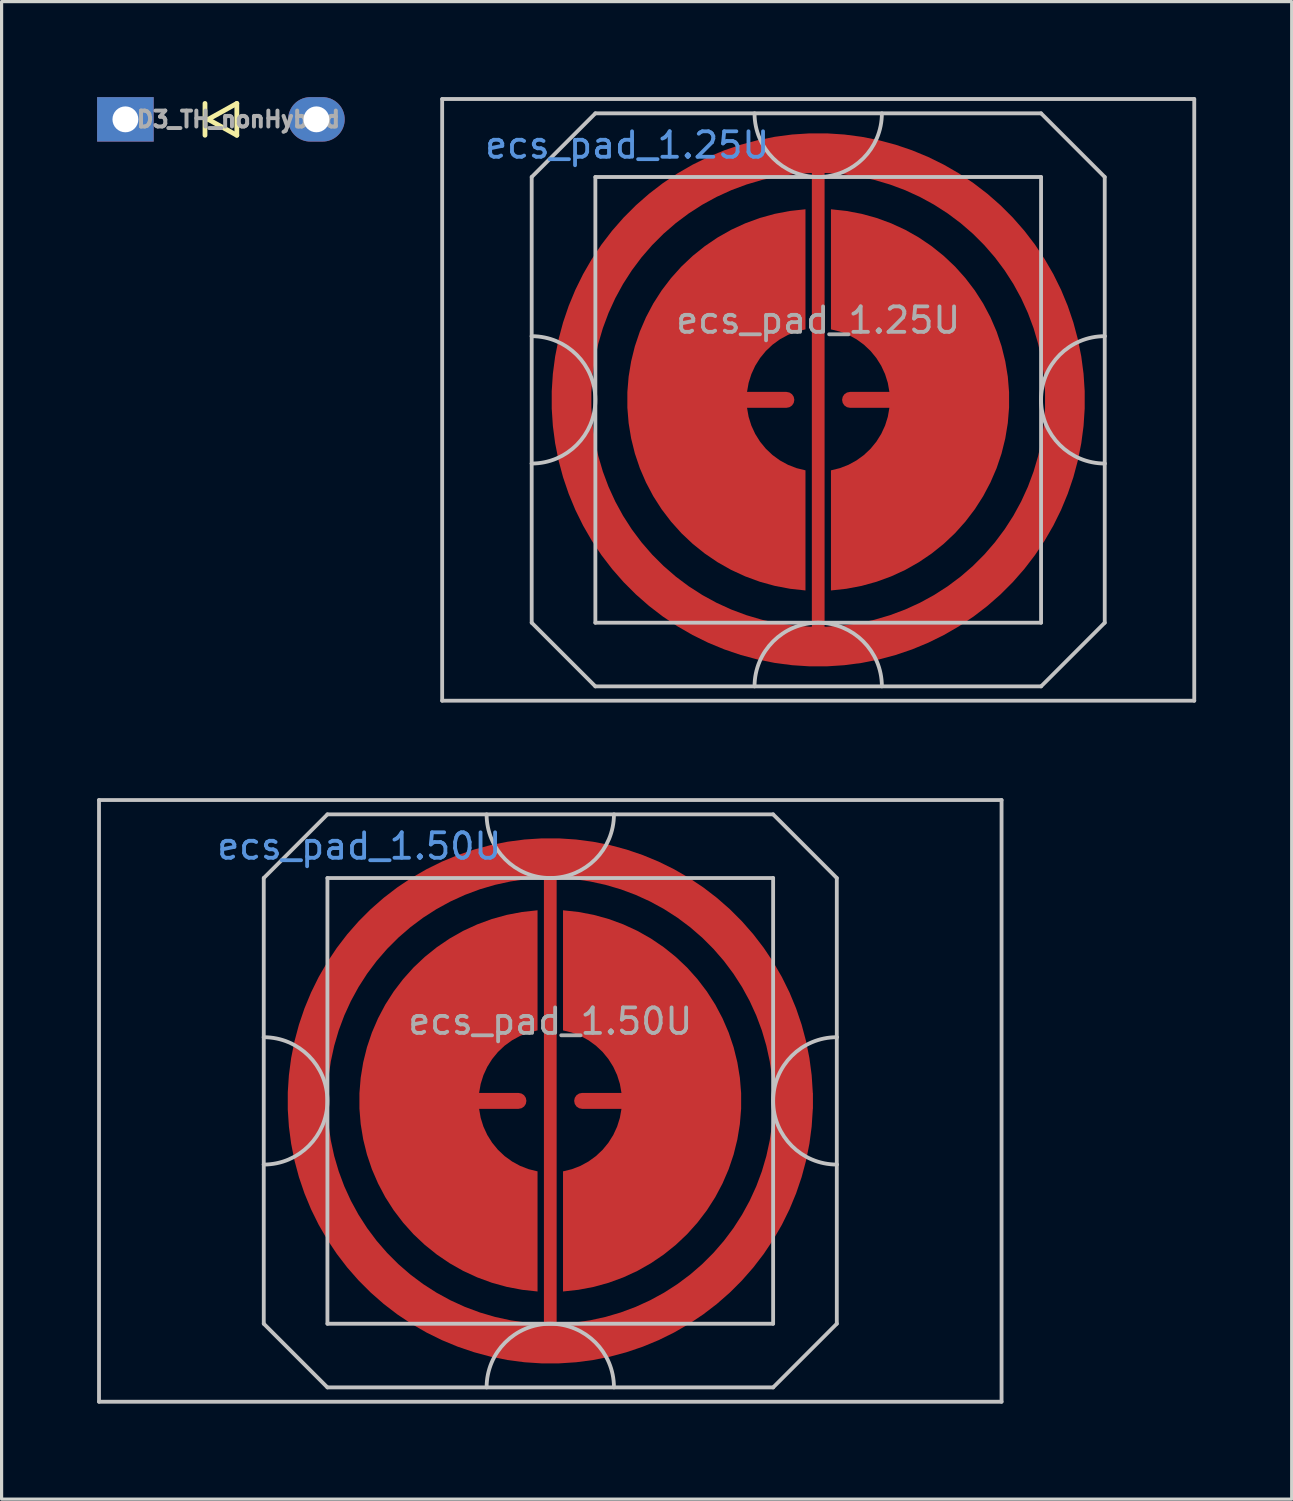
<source format=kicad_pcb>
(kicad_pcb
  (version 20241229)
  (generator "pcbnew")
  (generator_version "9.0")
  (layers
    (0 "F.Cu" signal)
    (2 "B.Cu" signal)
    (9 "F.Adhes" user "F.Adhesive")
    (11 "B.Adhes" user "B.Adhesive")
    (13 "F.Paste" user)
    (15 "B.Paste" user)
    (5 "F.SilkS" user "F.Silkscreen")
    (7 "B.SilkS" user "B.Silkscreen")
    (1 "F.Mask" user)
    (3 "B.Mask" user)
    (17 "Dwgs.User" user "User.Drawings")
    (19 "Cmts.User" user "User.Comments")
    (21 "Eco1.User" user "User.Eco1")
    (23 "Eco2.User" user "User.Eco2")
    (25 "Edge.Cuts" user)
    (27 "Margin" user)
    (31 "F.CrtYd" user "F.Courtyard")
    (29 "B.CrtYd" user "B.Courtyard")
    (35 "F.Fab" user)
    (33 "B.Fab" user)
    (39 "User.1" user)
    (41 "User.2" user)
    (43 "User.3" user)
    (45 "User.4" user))
  (footprint "ecs_pad_1.25U"
    (layer "F.Cu")
    (at 22.651 9.51)
    (property "Reference" "ecs_pad_1.25U" (at -6 -8 0) (layer "Cmts.User") (effects (font (size 0.8 0.8) (thickness 0.12))))
    (attr smd)
    (fp_line (start -11.812 -9.45) (end 11.812 -9.45) (stroke (width 0.12) (type solid)) (layer "Dwgs.User"))
    (fp_line (start -11.812 9.45) (end -11.812 -9.45) (stroke (width 0.12) (type solid)) (layer "Dwgs.User"))
    (fp_line (start -9 -7) (end -9 -2) (stroke (width 0.12) (type solid)) (layer "Dwgs.User"))
    (fp_line (start -9 -2) (end -9 2) (stroke (width 0.12) (type solid)) (layer "Dwgs.User"))
    (fp_line (start -9 2) (end -9 7) (stroke (width 0.12) (type solid)) (layer "Dwgs.User"))
    (fp_line (start -9 7) (end -7 9) (stroke (width 0.12) (type solid)) (layer "Dwgs.User"))
    (fp_line (start -7 -9) (end -9 -7) (stroke (width 0.12) (type solid)) (layer "Dwgs.User"))
    (fp_line (start -7 -7) (end -7 7) (stroke (width 0.12) (type solid)) (layer "Dwgs.User"))
    (fp_line (start -7 7) (end 7 7) (stroke (width 0.12) (type solid)) (layer "Dwgs.User"))
    (fp_line (start -7 9) (end 7 9) (stroke (width 0.12) (type solid)) (layer "Dwgs.User"))
    (fp_line (start 7 -9) (end -7 -9) (stroke (width 0.12) (type solid)) (layer "Dwgs.User"))
    (fp_line (start 7 -9) (end 9 -7) (stroke (width 0.12) (type solid)) (layer "Dwgs.User"))
    (fp_line (start 7 -7) (end -7 -7) (stroke (width 0.12) (type solid)) (layer "Dwgs.User"))
    (fp_line (start 7 7) (end 7 -7) (stroke (width 0.12) (type solid)) (layer "Dwgs.User"))
    (fp_line (start 7 9) (end 9 7) (stroke (width 0.12) (type solid)) (layer "Dwgs.User"))
    (fp_line (start 9 -2) (end 9 -7) (stroke (width 0.12) (type solid)) (layer "Dwgs.User"))
    (fp_line (start 9 -2) (end 9 2) (stroke (width 0.12) (type solid)) (layer "Dwgs.User"))
    (fp_line (start 9 7) (end 9 2) (stroke (width 0.12) (type solid)) (layer "Dwgs.User"))
    (fp_line (start 11.812 -9.45) (end 11.812 9.45) (stroke (width 0.12) (type solid)) (layer "Dwgs.User"))
    (fp_line (start 11.812 9.45) (end -11.812 9.45) (stroke (width 0.12) (type solid)) (layer "Dwgs.User"))
    (fp_arc (start -9 -2) (mid -7 0) (end -9 2) (stroke (width 0.12) (type solid)) (layer "Dwgs.User"))
    (fp_arc (start -2 9) (mid 0 7) (end 2 9) (stroke (width 0.12) (type solid)) (layer "Dwgs.User"))
    (fp_arc (start 2 -9) (mid 0 -7) (end -2 -9) (stroke (width 0.12) (type solid)) (layer "Dwgs.User"))
    (fp_arc (start 9 2) (mid 7 0) (end 9 -2) (stroke (width 0.12) (type solid)) (layer "Dwgs.User"))
    (fp_circle (center 0 0) (end 6.553 0) (stroke (width 0.12) (type solid)) (fill no) (layer "User.3"))
    (fp_text user "${REFERENCE}" (at 0 -2.5 0) (layer "F.Fab") (effects (font (size 0.8 0.8) (thickness 0.12))))
    (pad "1" smd custom (at -1 0) (size 0.4 0.4) (layers "F.Cu") (options (anchor circle)) (primitives (gr_poly (pts (xy 0.6 -2.214) (xy 0.32 -2.145) (xy 0.052 -2.041) (xy -0.201 -1.903) (xy -0.434 -1.734) (xy -0.644 -1.536) (xy -0.826 -1.314) (xy -0.979 -1.07) (xy -1.1 -0.808) (xy -1.186 -0.534) (xy -1.236 -0.25) (xy 0 -0.25) (xy 0.096 -0.231) (xy 0.177 -0.177) (xy 0.231 -0.096) (xy 0.25 0) (xy 0.231 0.096) (xy 0.177 0.177) (xy 0.096 0.231) (xy 0 0.25) (xy -1.236 0.25) (xy -1.186 0.534) (xy -1.1 0.808) (xy -0.979 1.07) (xy -0.826 1.314) (xy -0.644 1.536) (xy -0.434 1.734) (xy -0.201 1.903) (xy 0.052 2.041) (xy 0.32 2.145) (xy 0.6 2.214) (xy 0.6 5.987) (xy 0.115 5.934) (xy -0.364 5.843) (xy -0.834 5.713) (xy -1.292 5.545) (xy -1.735 5.341) (xy -2.159 5.101) (xy -2.563 4.827) (xy -2.943 4.522) (xy -3.298 4.187) (xy -3.623 3.824) (xy -3.919 3.436) (xy -4.182 3.025) (xy -4.41 2.594) (xy -4.603 2.147) (xy -4.759 1.684) (xy -4.876 1.211) (xy -4.955 0.73) (xy -4.995 0.244) (xy -4.995 -0.244) (xy -4.955 -0.73) (xy -4.876 -1.211) (xy -4.759 -1.684) (xy -4.603 -2.147) (xy -4.41 -2.594) (xy -4.182 -3.025) (xy -3.919 -3.436) (xy -3.623 -3.824) (xy -3.298 -4.187) (xy -2.943 -4.522) (xy -2.563 -4.827) (xy -2.159 -5.101) (xy -1.735 -5.341) (xy -1.292 -5.545) (xy -0.834 -5.713) (xy -0.364 -5.843) (xy 0.115 -5.934) (xy 0.6 -5.987)) (width 0) (fill yes))))
    (pad "2" smd custom (at 1 0 180) (size 0.4 0.4) (layers "F.Cu") (options (anchor circle)) (primitives (gr_poly (pts (xy 0.6 -2.214) (xy 0.32 -2.145) (xy 0.052 -2.041) (xy -0.201 -1.903) (xy -0.434 -1.734) (xy -0.644 -1.536) (xy -0.826 -1.314) (xy -0.979 -1.07) (xy -1.1 -0.808) (xy -1.186 -0.534) (xy -1.236 -0.25) (xy 0 -0.25) (xy 0.096 -0.231) (xy 0.177 -0.177) (xy 0.231 -0.096) (xy 0.25 0) (xy 0.231 0.096) (xy 0.177 0.177) (xy 0.096 0.231) (xy 0 0.25) (xy -1.236 0.25) (xy -1.186 0.534) (xy -1.1 0.808) (xy -0.979 1.07) (xy -0.826 1.314) (xy -0.644 1.536) (xy -0.434 1.734) (xy -0.201 1.903) (xy 0.052 2.041) (xy 0.32 2.145) (xy 0.6 2.214) (xy 0.6 5.987) (xy 0.115 5.934) (xy -0.364 5.843) (xy -0.834 5.713) (xy -1.292 5.545) (xy -1.735 5.341) (xy -2.159 5.101) (xy -2.563 4.827) (xy -2.943 4.522) (xy -3.298 4.187) (xy -3.623 3.824) (xy -3.919 3.436) (xy -4.182 3.025) (xy -4.41 2.594) (xy -4.603 2.147) (xy -4.759 1.684) (xy -4.876 1.211) (xy -4.955 0.73) (xy -4.995 0.244) (xy -4.995 -0.244) (xy -4.955 -0.73) (xy -4.876 -1.211) (xy -4.759 -1.684) (xy -4.603 -2.147) (xy -4.41 -2.594) (xy -4.182 -3.025) (xy -3.919 -3.436) (xy -3.623 -3.824) (xy -3.298 -4.187) (xy -2.943 -4.522) (xy -2.563 -4.827) (xy -2.159 -5.101) (xy -1.735 -5.341) (xy -1.292 -5.545) (xy -0.834 -5.713) (xy -0.364 -5.843) (xy 0.115 -5.934) (xy 0.6 -5.987)) (width 0) (fill yes))))
    (pad "3" smd custom (at 8 0) (size 0.5 0.5) (layers "F.Cu") (options (anchor rect)) (primitives (gr_circle (center -8 0) (end -0.25 0) (width 1.25) (fill no)) (gr_line (start -8 8) (end -8 -8) (width 0.4))))
    (zone (net_name "") (layer "B.Cu") (hatch edge 0.508) (connect_pads) (min_thickness 0.254) (filled_areas_thickness no) (keepout (tracks allowed) (vias allowed) (pads allowed) (copperpour not_allowed) (footprints allowed)) (placement (enabled no)) (fill) (polygon (pts (xy 29.209 9.51) (xy 29.189 8.995) (xy 29.128 8.484) (xy 29.028 7.979) (xy 28.888 7.483) (xy 28.71 7) (xy 28.494 6.533) (xy 28.242 6.083) (xy 27.956 5.655) (xy 27.637 5.251) (xy 27.288 4.873) (xy 26.91 4.523) (xy 26.505 4.204) (xy 26.077 3.918) (xy 25.628 3.667) (xy 25.16 3.451) (xy 24.677 3.273) (xy 24.181 3.133) (xy 23.676 3.032) (xy 23.165 2.972) (xy 22.651 2.952) (xy 22.136 2.972) (xy 21.625 3.032) (xy 21.12 3.133) (xy 20.624 3.273) (xy 20.141 3.451) (xy 19.673 3.667) (xy 19.224 3.918) (xy 18.796 4.204) (xy 18.391 4.523) (xy 18.013 4.873) (xy 17.664 5.251) (xy 17.345 5.655) (xy 17.059 6.083) (xy 16.807 6.533) (xy 16.591 7) (xy 16.413 7.483) (xy 16.273 7.979) (xy 16.173 8.484) (xy 16.112 8.995) (xy 16.092 9.51) (xy 16.112 10.025) (xy 16.173 10.536) (xy 16.273 11.041) (xy 16.413 11.537) (xy 16.591 12.02) (xy 16.807 12.487) (xy 17.059 12.937) (xy 17.345 13.365) (xy 17.664 13.769) (xy 18.013 14.147) (xy 18.391 14.497) (xy 18.796 14.816) (xy 19.224 15.102) (xy 19.673 15.353) (xy 20.141 15.569) (xy 20.624 15.747) (xy 21.12 15.887) (xy 21.625 15.988) (xy 22.136 16.048) (xy 22.651 16.068) (xy 23.165 16.048) (xy 23.676 15.988) (xy 24.181 15.887) (xy 24.677 15.747) (xy 25.16 15.569) (xy 25.628 15.353) (xy 26.077 15.102) (xy 26.505 14.816) (xy 26.91 14.497) (xy 27.288 14.147) (xy 27.637 13.769) (xy 27.956 13.365) (xy 28.242 12.937) (xy 28.494 12.487) (xy 28.71 12.02) (xy 28.888 11.537) (xy 29.028 11.041) (xy 29.128 10.536) (xy 29.189 10.025)))))
  (footprint "ecs_pad_1.50U"
    (layer "F.Cu")
    (at 14.235 31.53)
    (property "Reference" "ecs_pad_1.50U" (at -6 -8 0) (layer "Cmts.User") (effects (font (size 0.8 0.8) (thickness 0.12))))
    (attr smd)
    (fp_line (start -14.175 -9.45) (end 14.175 -9.45) (stroke (width 0.12) (type solid)) (layer "Dwgs.User"))
    (fp_line (start -14.175 9.45) (end -14.175 -9.45) (stroke (width 0.12) (type solid)) (layer "Dwgs.User"))
    (fp_line (start -9 -7) (end -9 -2) (stroke (width 0.12) (type solid)) (layer "Dwgs.User"))
    (fp_line (start -9 -2) (end -9 2) (stroke (width 0.12) (type solid)) (layer "Dwgs.User"))
    (fp_line (start -9 2) (end -9 7) (stroke (width 0.12) (type solid)) (layer "Dwgs.User"))
    (fp_line (start -9 7) (end -7 9) (stroke (width 0.12) (type solid)) (layer "Dwgs.User"))
    (fp_line (start -7 -9) (end -9 -7) (stroke (width 0.12) (type solid)) (layer "Dwgs.User"))
    (fp_line (start -7 -7) (end -7 7) (stroke (width 0.12) (type solid)) (layer "Dwgs.User"))
    (fp_line (start -7 7) (end 7 7) (stroke (width 0.12) (type solid)) (layer "Dwgs.User"))
    (fp_line (start -7 9) (end 7 9) (stroke (width 0.12) (type solid)) (layer "Dwgs.User"))
    (fp_line (start 7 -9) (end -7 -9) (stroke (width 0.12) (type solid)) (layer "Dwgs.User"))
    (fp_line (start 7 -9) (end 9 -7) (stroke (width 0.12) (type solid)) (layer "Dwgs.User"))
    (fp_line (start 7 -7) (end -7 -7) (stroke (width 0.12) (type solid)) (layer "Dwgs.User"))
    (fp_line (start 7 7) (end 7 -7) (stroke (width 0.12) (type solid)) (layer "Dwgs.User"))
    (fp_line (start 7 9) (end 9 7) (stroke (width 0.12) (type solid)) (layer "Dwgs.User"))
    (fp_line (start 9 -2) (end 9 -7) (stroke (width 0.12) (type solid)) (layer "Dwgs.User"))
    (fp_line (start 9 -2) (end 9 2) (stroke (width 0.12) (type solid)) (layer "Dwgs.User"))
    (fp_line (start 9 7) (end 9 2) (stroke (width 0.12) (type solid)) (layer "Dwgs.User"))
    (fp_line (start 14.175 -9.45) (end 14.175 9.45) (stroke (width 0.12) (type solid)) (layer "Dwgs.User"))
    (fp_line (start 14.175 9.45) (end -14.175 9.45) (stroke (width 0.12) (type solid)) (layer "Dwgs.User"))
    (fp_arc (start -9 -2) (mid -7 0) (end -9 2) (stroke (width 0.12) (type solid)) (layer "Dwgs.User"))
    (fp_arc (start -2 9) (mid 0 7) (end 2 9) (stroke (width 0.12) (type solid)) (layer "Dwgs.User"))
    (fp_arc (start 2 -9) (mid 0 -7) (end -2 -9) (stroke (width 0.12) (type solid)) (layer "Dwgs.User"))
    (fp_arc (start 9 2) (mid 7 0) (end 9 -2) (stroke (width 0.12) (type solid)) (layer "Dwgs.User"))
    (fp_circle (center 0 0) (end 6.553 0) (stroke (width 0.12) (type solid)) (fill no) (layer "User.3"))
    (fp_text user "${REFERENCE}" (at 0 -2.5 0) (layer "F.Fab") (effects (font (size 0.8 0.8) (thickness 0.12))))
    (pad "1" smd custom (at -1 0) (size 0.4 0.4) (layers "F.Cu") (options (anchor circle)) (primitives (gr_poly (pts (xy 0.6 -2.214) (xy 0.32 -2.145) (xy 0.052 -2.041) (xy -0.201 -1.903) (xy -0.434 -1.734) (xy -0.644 -1.536) (xy -0.826 -1.314) (xy -0.979 -1.07) (xy -1.1 -0.808) (xy -1.186 -0.534) (xy -1.236 -0.25) (xy 0 -0.25) (xy 0.096 -0.231) (xy 0.177 -0.177) (xy 0.231 -0.096) (xy 0.25 0) (xy 0.231 0.096) (xy 0.177 0.177) (xy 0.096 0.231) (xy 0 0.25) (xy -1.236 0.25) (xy -1.186 0.534) (xy -1.1 0.808) (xy -0.979 1.07) (xy -0.826 1.314) (xy -0.644 1.536) (xy -0.434 1.734) (xy -0.201 1.903) (xy 0.052 2.041) (xy 0.32 2.145) (xy 0.6 2.214) (xy 0.6 5.987) (xy 0.115 5.934) (xy -0.364 5.843) (xy -0.834 5.713) (xy -1.292 5.545) (xy -1.735 5.341) (xy -2.159 5.101) (xy -2.563 4.827) (xy -2.943 4.522) (xy -3.298 4.187) (xy -3.623 3.824) (xy -3.919 3.436) (xy -4.182 3.025) (xy -4.41 2.594) (xy -4.603 2.147) (xy -4.759 1.684) (xy -4.876 1.211) (xy -4.955 0.73) (xy -4.995 0.244) (xy -4.995 -0.244) (xy -4.955 -0.73) (xy -4.876 -1.211) (xy -4.759 -1.684) (xy -4.603 -2.147) (xy -4.41 -2.594) (xy -4.182 -3.025) (xy -3.919 -3.436) (xy -3.623 -3.824) (xy -3.298 -4.187) (xy -2.943 -4.522) (xy -2.563 -4.827) (xy -2.159 -5.101) (xy -1.735 -5.341) (xy -1.292 -5.545) (xy -0.834 -5.713) (xy -0.364 -5.843) (xy 0.115 -5.934) (xy 0.6 -5.987)) (width 0) (fill yes))))
    (pad "2" smd custom (at 1 0 180) (size 0.4 0.4) (layers "F.Cu") (options (anchor circle)) (primitives (gr_poly (pts (xy 0.6 -2.214) (xy 0.32 -2.145) (xy 0.052 -2.041) (xy -0.201 -1.903) (xy -0.434 -1.734) (xy -0.644 -1.536) (xy -0.826 -1.314) (xy -0.979 -1.07) (xy -1.1 -0.808) (xy -1.186 -0.534) (xy -1.236 -0.25) (xy 0 -0.25) (xy 0.096 -0.231) (xy 0.177 -0.177) (xy 0.231 -0.096) (xy 0.25 0) (xy 0.231 0.096) (xy 0.177 0.177) (xy 0.096 0.231) (xy 0 0.25) (xy -1.236 0.25) (xy -1.186 0.534) (xy -1.1 0.808) (xy -0.979 1.07) (xy -0.826 1.314) (xy -0.644 1.536) (xy -0.434 1.734) (xy -0.201 1.903) (xy 0.052 2.041) (xy 0.32 2.145) (xy 0.6 2.214) (xy 0.6 5.987) (xy 0.115 5.934) (xy -0.364 5.843) (xy -0.834 5.713) (xy -1.292 5.545) (xy -1.735 5.341) (xy -2.159 5.101) (xy -2.563 4.827) (xy -2.943 4.522) (xy -3.298 4.187) (xy -3.623 3.824) (xy -3.919 3.436) (xy -4.182 3.025) (xy -4.41 2.594) (xy -4.603 2.147) (xy -4.759 1.684) (xy -4.876 1.211) (xy -4.955 0.73) (xy -4.995 0.244) (xy -4.995 -0.244) (xy -4.955 -0.73) (xy -4.876 -1.211) (xy -4.759 -1.684) (xy -4.603 -2.147) (xy -4.41 -2.594) (xy -4.182 -3.025) (xy -3.919 -3.436) (xy -3.623 -3.824) (xy -3.298 -4.187) (xy -2.943 -4.522) (xy -2.563 -4.827) (xy -2.159 -5.101) (xy -1.735 -5.341) (xy -1.292 -5.545) (xy -0.834 -5.713) (xy -0.364 -5.843) (xy 0.115 -5.934) (xy 0.6 -5.987)) (width 0) (fill yes))))
    (pad "3" smd custom (at 8 0) (size 0.5 0.5) (layers "F.Cu") (options (anchor rect)) (primitives (gr_circle (center -8 0) (end -0.375 0) (width 1.25) (fill no)) (gr_line (start -8 8) (end -8 -8) (width 0.4))))
    (zone (net_name "") (layer "B.Cu") (hatch edge 0.508) (connect_pads) (min_thickness 0.254) (filled_areas_thickness no) (keepout (tracks allowed) (vias allowed) (pads allowed) (copperpour not_allowed) (footprints allowed)) (placement (enabled no)) (fill) (polygon (pts (xy 20.793 31.53) (xy 20.773 31.015) (xy 20.713 30.504) (xy 20.612 29.999) (xy 20.472 29.503) (xy 20.294 29.02) (xy 20.078 28.553) (xy 19.827 28.103) (xy 19.541 27.675) (xy 19.222 27.271) (xy 18.872 26.893) (xy 18.494 26.543) (xy 18.09 26.224) (xy 17.662 25.938) (xy 17.212 25.687) (xy 16.745 25.471) (xy 16.262 25.293) (xy 15.766 25.153) (xy 15.261 25.052) (xy 14.75 24.992) (xy 14.235 24.972) (xy 13.72 24.992) (xy 13.209 25.052) (xy 12.704 25.153) (xy 12.208 25.293) (xy 11.725 25.471) (xy 11.258 25.687) (xy 10.808 25.938) (xy 10.38 26.224) (xy 9.976 26.543) (xy 9.598 26.893) (xy 9.248 27.271) (xy 8.929 27.675) (xy 8.643 28.103) (xy 8.392 28.553) (xy 8.176 29.02) (xy 7.998 29.503) (xy 7.858 29.999) (xy 7.757 30.504) (xy 7.697 31.015) (xy 7.677 31.53) (xy 7.697 32.045) (xy 7.757 32.556) (xy 7.858 33.061) (xy 7.998 33.557) (xy 8.176 34.04) (xy 8.392 34.507) (xy 8.643 34.957) (xy 8.929 35.385) (xy 9.248 35.789) (xy 9.598 36.167) (xy 9.976 36.517) (xy 10.38 36.836) (xy 10.808 37.122) (xy 11.258 37.373) (xy 11.725 37.589) (xy 12.208 37.767) (xy 12.704 37.907) (xy 13.209 38.008) (xy 13.72 38.068) (xy 14.235 38.088) (xy 14.75 38.068) (xy 15.261 38.008) (xy 15.766 37.907) (xy 16.262 37.767) (xy 16.745 37.589) (xy 17.212 37.373) (xy 17.662 37.122) (xy 18.09 36.836) (xy 18.494 36.517) (xy 18.872 36.167) (xy 19.222 35.789) (xy 19.541 35.385) (xy 19.827 34.957) (xy 20.078 34.507) (xy 20.294 34.04) (xy 20.472 33.557) (xy 20.612 33.061) (xy 20.713 32.556) (xy 20.773 32.045)))))
  (footprint "D3_TH_nonHybrid"
    (layer "F.Cu")
    (at 3.889 0.699)
    (property "Reference" "D3_TH_nonHybrid" (at 0.55 0 180) (layer "F.Fab") (effects (font (size 0.5 0.5) (thickness 0.125))))
    (attr through_hole)
    (fp_line (start -0.5 -0.5) (end -0.5 0.5) (stroke (width 0.15) (type solid)) (layer "F.SilkS"))
    (fp_line (start -0.4 0) (end 0.5 -0.5) (stroke (width 0.15) (type solid)) (layer "F.SilkS"))
    (fp_line (start 0.5 -0.5) (end 0.5 0.5) (stroke (width 0.15) (type solid)) (layer "F.SilkS"))
    (fp_line (start 0.5 0.5) (end -0.4 0) (stroke (width 0.15) (type solid)) (layer "F.SilkS"))
    (pad "1" thru_hole rect (at -3 0) (size 1.778 1.397) (drill 0.813) (layers "*.Cu" "B.Mask"))
    (pad "2" thru_hole oval (at 3 0) (size 1.778 1.397) (drill 0.813) (layers "*.Cu" "B.Mask")))
  (gr_rect
    (start -3 -3)
    (end 37.523 44.04)
    (stroke (width 0.1) (type default))
    (fill no)
    (layer "Edge.Cuts")))
</source>
